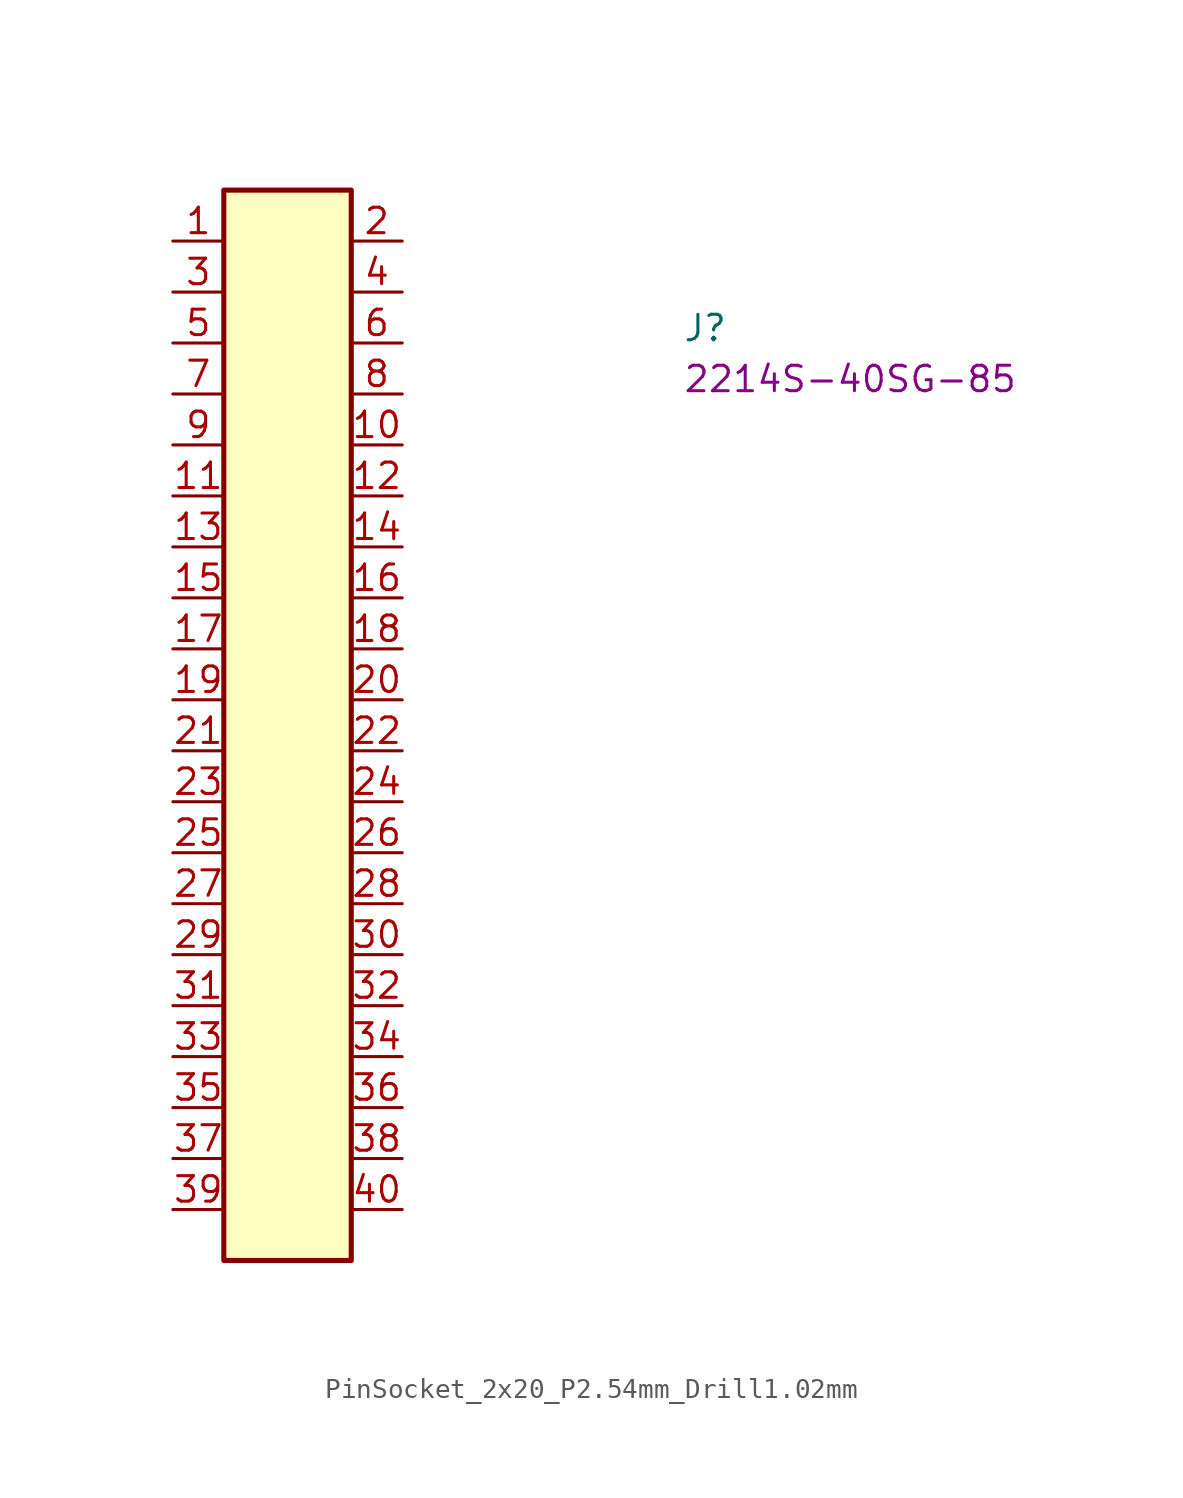
<source format=kicad_sym>
(kicad_symbol_lib
  (version 20220914)
  (generator kicad_symbol_editor)
  (symbol "PinSocket_2x20_P2.54mm_Drill1.02mm"
    (property "Reference" "J"
      (at 25.4 -5.08 0)
      (effects (font (size 1.27 1.27) (thickness 0.15)) (justify left bottom)))
    (property "MPN" "2214S-40SG-85"
      (at 25.4 -7.62 0)
      (effects (font (size 1.27 1.27) (thickness 0.15)) (justify left bottom)))
    (symbol "PinSocket_2x20_P2.54mm_Drill1.02mm_1_1"
      (rectangle (start 2.54 2.54) (end 8.89 -50.8) (stroke (width 0.254) (type default)) (fill (type background)))
      (pin passive line (at 0 0 0) (length 2.54) (name "~" (effects (font (size 1.27 1.27)))) (number "1" (effects (font (size 1.27 1.27)))))
      (pin passive line (at 11.43 -10.16 180) (length 2.54) (name "~" (effects (font (size 1.27 1.27)))) (number "10" (effects (font (size 1.27 1.27)))))
      (pin passive line (at 0 -12.7 0) (length 2.54) (name "~" (effects (font (size 1.27 1.27)))) (number "11" (effects (font (size 1.27 1.27)))))
      (pin passive line (at 11.43 -12.7 180) (length 2.54) (name "~" (effects (font (size 1.27 1.27)))) (number "12" (effects (font (size 1.27 1.27)))))
      (pin passive line (at 0 -15.24 0) (length 2.54) (name "~" (effects (font (size 1.27 1.27)))) (number "13" (effects (font (size 1.27 1.27)))))
      (pin passive line (at 11.43 -15.24 180) (length 2.54) (name "~" (effects (font (size 1.27 1.27)))) (number "14" (effects (font (size 1.27 1.27)))))
      (pin passive line (at 0 -17.78 0) (length 2.54) (name "~" (effects (font (size 1.27 1.27)))) (number "15" (effects (font (size 1.27 1.27)))))
      (pin passive line (at 11.43 -17.78 180) (length 2.54) (name "~" (effects (font (size 1.27 1.27)))) (number "16" (effects (font (size 1.27 1.27)))))
      (pin passive line (at 0 -20.32 0) (length 2.54) (name "~" (effects (font (size 1.27 1.27)))) (number "17" (effects (font (size 1.27 1.27)))))
      (pin passive line (at 11.43 -20.32 180) (length 2.54) (name "~" (effects (font (size 1.27 1.27)))) (number "18" (effects (font (size 1.27 1.27)))))
      (pin passive line (at 0 -22.86 0) (length 2.54) (name "~" (effects (font (size 1.27 1.27)))) (number "19" (effects (font (size 1.27 1.27)))))
      (pin passive line (at 11.43 0 180) (length 2.54) (name "~" (effects (font (size 1.27 1.27)))) (number "2" (effects (font (size 1.27 1.27)))))
      (pin passive line (at 11.43 -22.86 180) (length 2.54) (name "~" (effects (font (size 1.27 1.27)))) (number "20" (effects (font (size 1.27 1.27)))))
      (pin passive line (at 0 -25.4 0) (length 2.54) (name "~" (effects (font (size 1.27 1.27)))) (number "21" (effects (font (size 1.27 1.27)))))
      (pin passive line (at 11.43 -25.4 180) (length 2.54) (name "~" (effects (font (size 1.27 1.27)))) (number "22" (effects (font (size 1.27 1.27)))))
      (pin passive line (at 0 -27.94 0) (length 2.54) (name "~" (effects (font (size 1.27 1.27)))) (number "23" (effects (font (size 1.27 1.27)))))
      (pin passive line (at 11.43 -27.94 180) (length 2.54) (name "~" (effects (font (size 1.27 1.27)))) (number "24" (effects (font (size 1.27 1.27)))))
      (pin passive line (at 0 -30.48 0) (length 2.54) (name "~" (effects (font (size 1.27 1.27)))) (number "25" (effects (font (size 1.27 1.27)))))
      (pin passive line (at 11.43 -30.48 180) (length 2.54) (name "~" (effects (font (size 1.27 1.27)))) (number "26" (effects (font (size 1.27 1.27)))))
      (pin passive line (at 0 -33.02 0) (length 2.54) (name "~" (effects (font (size 1.27 1.27)))) (number "27" (effects (font (size 1.27 1.27)))))
      (pin passive line (at 11.43 -33.02 180) (length 2.54) (name "~" (effects (font (size 1.27 1.27)))) (number "28" (effects (font (size 1.27 1.27)))))
      (pin passive line (at 0 -35.56 0) (length 2.54) (name "~" (effects (font (size 1.27 1.27)))) (number "29" (effects (font (size 1.27 1.27)))))
      (pin passive line (at 0 -2.54 0) (length 2.54) (name "~" (effects (font (size 1.27 1.27)))) (number "3" (effects (font (size 1.27 1.27)))))
      (pin passive line (at 11.43 -35.56 180) (length 2.54) (name "~" (effects (font (size 1.27 1.27)))) (number "30" (effects (font (size 1.27 1.27)))))
      (pin passive line (at 0 -38.1 0) (length 2.54) (name "~" (effects (font (size 1.27 1.27)))) (number "31" (effects (font (size 1.27 1.27)))))
      (pin passive line (at 11.43 -38.1 180) (length 2.54) (name "~" (effects (font (size 1.27 1.27)))) (number "32" (effects (font (size 1.27 1.27)))))
      (pin passive line (at 0 -40.64 0) (length 2.54) (name "~" (effects (font (size 1.27 1.27)))) (number "33" (effects (font (size 1.27 1.27)))))
      (pin passive line (at 11.43 -40.64 180) (length 2.54) (name "~" (effects (font (size 1.27 1.27)))) (number "34" (effects (font (size 1.27 1.27)))))
      (pin passive line (at 0 -43.18 0) (length 2.54) (name "~" (effects (font (size 1.27 1.27)))) (number "35" (effects (font (size 1.27 1.27)))))
      (pin passive line (at 11.43 -43.18 180) (length 2.54) (name "~" (effects (font (size 1.27 1.27)))) (number "36" (effects (font (size 1.27 1.27)))))
      (pin passive line (at 0 -45.72 0) (length 2.54) (name "~" (effects (font (size 1.27 1.27)))) (number "37" (effects (font (size 1.27 1.27)))))
      (pin passive line (at 11.43 -45.72 180) (length 2.54) (name "~" (effects (font (size 1.27 1.27)))) (number "38" (effects (font (size 1.27 1.27)))))
      (pin passive line (at 0 -48.26 0) (length 2.54) (name "~" (effects (font (size 1.27 1.27)))) (number "39" (effects (font (size 1.27 1.27)))))
      (pin passive line (at 11.43 -2.54 180) (length 2.54) (name "~" (effects (font (size 1.27 1.27)))) (number "4" (effects (font (size 1.27 1.27)))))
      (pin passive line (at 11.43 -48.26 180) (length 2.54) (name "~" (effects (font (size 1.27 1.27)))) (number "40" (effects (font (size 1.27 1.27)))))
      (pin passive line (at 0 -5.08 0) (length 2.54) (name "~" (effects (font (size 1.27 1.27)))) (number "5" (effects (font (size 1.27 1.27)))))
      (pin passive line (at 11.43 -5.08 180) (length 2.54) (name "~" (effects (font (size 1.27 1.27)))) (number "6" (effects (font (size 1.27 1.27)))))
      (pin passive line (at 0 -7.62 0) (length 2.54) (name "~" (effects (font (size 1.27 1.27)))) (number "7" (effects (font (size 1.27 1.27)))))
      (pin passive line (at 11.43 -7.62 180) (length 2.54) (name "~" (effects (font (size 1.27 1.27)))) (number "8" (effects (font (size 1.27 1.27)))))
      (pin passive line (at 0 -10.16 0) (length 2.54) (name "~" (effects (font (size 1.27 1.27)))) (number "9" (effects (font (size 1.27 1.27))))))))
</source>
